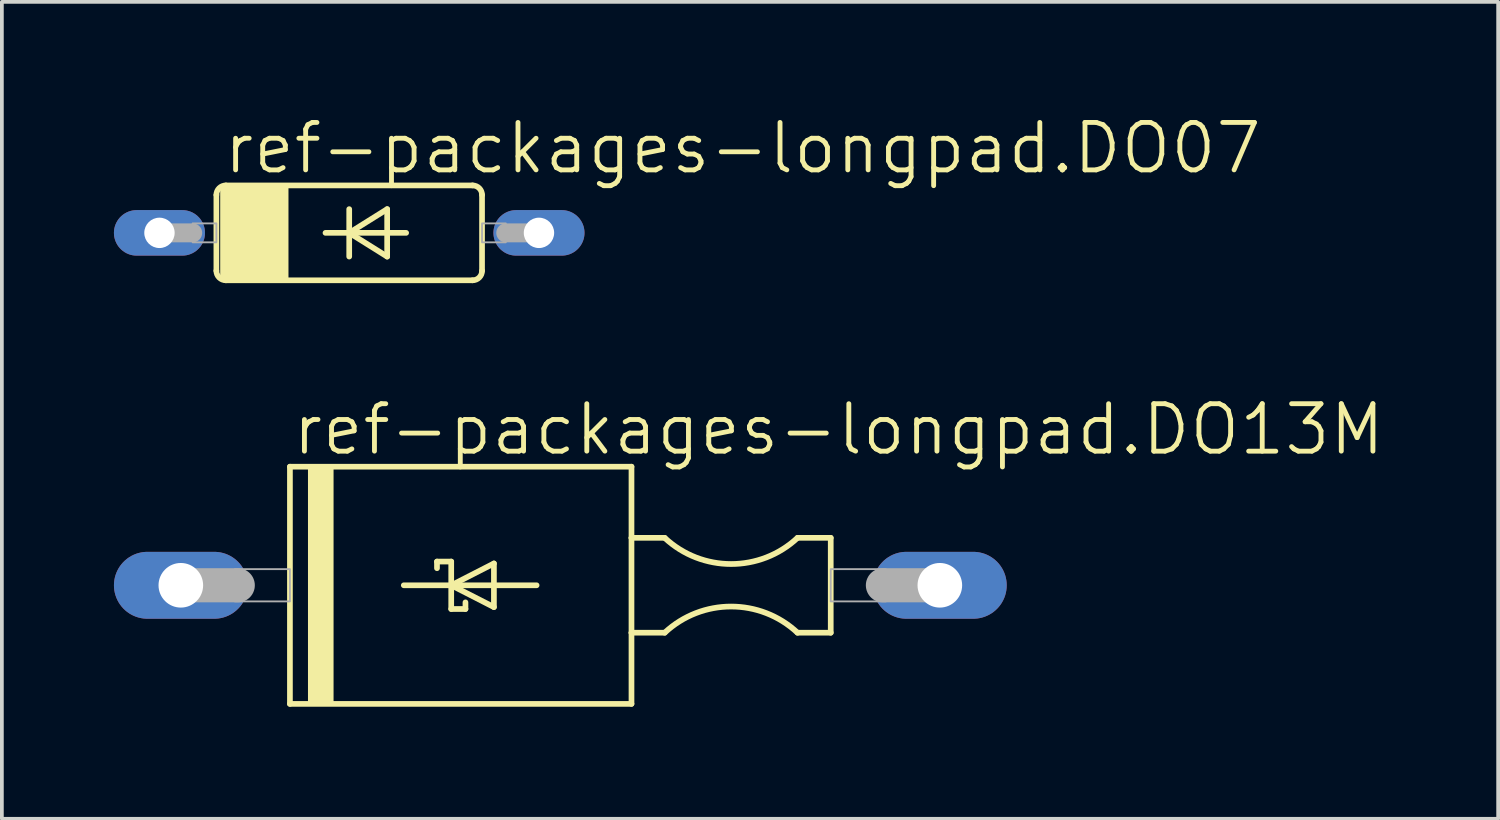
<source format=kicad_pcb>
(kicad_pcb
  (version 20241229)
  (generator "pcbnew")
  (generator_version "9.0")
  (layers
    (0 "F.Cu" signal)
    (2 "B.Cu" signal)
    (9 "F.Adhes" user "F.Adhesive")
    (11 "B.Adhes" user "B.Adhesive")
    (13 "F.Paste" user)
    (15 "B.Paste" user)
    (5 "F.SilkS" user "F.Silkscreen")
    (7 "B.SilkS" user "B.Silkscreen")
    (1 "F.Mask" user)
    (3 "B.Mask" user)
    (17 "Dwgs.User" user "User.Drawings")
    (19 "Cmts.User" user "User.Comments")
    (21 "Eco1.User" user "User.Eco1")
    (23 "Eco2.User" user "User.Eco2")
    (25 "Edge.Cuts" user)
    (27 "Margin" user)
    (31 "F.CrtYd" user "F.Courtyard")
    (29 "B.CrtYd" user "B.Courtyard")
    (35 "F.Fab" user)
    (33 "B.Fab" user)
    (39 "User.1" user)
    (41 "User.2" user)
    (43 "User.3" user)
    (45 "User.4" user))
  (footprint "ref-packages-longpad.DO07"
    (layer "F.Cu")
    (at 6.299 3.184)
    (property "Reference" "ref-packages-longpad.DO07" (at -3.429 -1.524 0) (layer "F.SilkS") (effects (font (size 1.27 1.27) (thickness 0.13)) (justify left bottom)))
    (attr through_hole)
    (fp_line (start -3.556 -1.016) (end -3.556 1.016) (stroke (width 0.152) (type default)) (layer "F.SilkS"))
    (fp_line (start -3.302 -1.27) (end 3.302 -1.27) (stroke (width 0.152) (type default)) (layer "F.SilkS"))
    (fp_line (start -3.302 1.27) (end 3.302 1.27) (stroke (width 0.152) (type default)) (layer "F.SilkS"))
    (fp_line (start -0.635 0) (end 0 0) (stroke (width 0.152) (type default)) (layer "F.SilkS"))
    (fp_line (start 0 -0.635) (end 0 0) (stroke (width 0.152) (type default)) (layer "F.SilkS"))
    (fp_line (start 0 0) (end 0 0.635) (stroke (width 0.152) (type default)) (layer "F.SilkS"))
    (fp_line (start 0 0) (end 1.016 -0.635) (stroke (width 0.152) (type default)) (layer "F.SilkS"))
    (fp_line (start 0 0) (end 1.524 0) (stroke (width 0.152) (type default)) (layer "F.SilkS"))
    (fp_line (start 1.016 -0.635) (end 1.016 0.635) (stroke (width 0.152) (type default)) (layer "F.SilkS"))
    (fp_line (start 1.016 0.635) (end 0 0) (stroke (width 0.152) (type default)) (layer "F.SilkS"))
    (fp_line (start 3.556 1.016) (end 3.556 -1.016) (stroke (width 0.152) (type default)) (layer "F.SilkS"))
    (fp_rect (start -3.429 1.27) (end -1.651 -1.27) (stroke (width 0.05) (type default)) (fill yes) (layer "F.SilkS"))
    (fp_arc (start -3.556 -1.016) (mid -3.481605 -1.195605) (end -3.302 -1.27) (stroke (width 0.1524) (type default)) (layer "F.SilkS"))
    (fp_arc (start -3.302 1.27) (mid -3.481605 1.195605) (end -3.556 1.016) (stroke (width 0.1524) (type default)) (layer "F.SilkS"))
    (fp_arc (start 3.302 -1.27) (mid 3.481605 -1.195605) (end 3.556 -1.016) (stroke (width 0.1524) (type default)) (layer "F.SilkS"))
    (fp_arc (start 3.556 1.016) (mid 3.481605 1.195605) (end 3.302 1.27) (stroke (width 0.1524) (type default)) (layer "F.SilkS"))
    (fp_line (start -5.08 0) (end -4.191 0) (stroke (width 0.508) (type default)) (layer "F.Fab"))
    (fp_line (start 5.08 0) (end 4.191 0) (stroke (width 0.508) (type default)) (layer "F.Fab"))
    (fp_rect (start -4.191 0.254) (end -3.556 -0.254) (stroke (width 0.05) (type default)) (fill no) (layer "F.Fab"))
    (fp_rect (start 3.556 0.254) (end 4.191 -0.254) (stroke (width 0.05) (type default)) (fill no) (layer "F.Fab"))
    (pad "A" thru_hole oval (at 5.08 0) (size 2.438 1.219) (drill 0.813) (layers "*.Cu" "*.Mask"))
    (pad "C" thru_hole oval (at -5.08 0) (size 2.438 1.219) (drill 0.813) (layers "*.Cu" "*.Mask")))
  (footprint "ref-packages-longpad.DO13M"
    (layer "F.Cu")
    (at 11.951 12.619)
    (property "Reference" "ref-packages-longpad.DO13M" (at -7.239 -3.429 0) (layer "F.SilkS") (effects (font (size 1.27 1.27) (thickness 0.13)) (justify left bottom)))
    (attr through_hole)
    (fp_line (start -7.239 -3.175) (end -7.239 3.175) (stroke (width 0.152) (type default)) (layer "F.SilkS"))
    (fp_line (start -7.239 3.175) (end 1.905 3.175) (stroke (width 0.152) (type default)) (layer "F.SilkS"))
    (fp_line (start -4.191 0) (end -2.921 0) (stroke (width 0.152) (type default)) (layer "F.SilkS"))
    (fp_line (start -3.302 -0.635) (end -2.921 -0.635) (stroke (width 0.152) (type default)) (layer "F.SilkS"))
    (fp_line (start -3.302 -0.457) (end -3.302 -0.635) (stroke (width 0.152) (type default)) (layer "F.SilkS"))
    (fp_line (start -2.921 -0.635) (end -2.921 0) (stroke (width 0.152) (type default)) (layer "F.SilkS"))
    (fp_line (start -2.921 0) (end -1.778 -0.584) (stroke (width 0.152) (type default)) (layer "F.SilkS"))
    (fp_line (start -2.921 0) (end -0.635 0) (stroke (width 0.152) (type default)) (layer "F.SilkS"))
    (fp_line (start -2.921 0.635) (end -2.921 0) (stroke (width 0.152) (type default)) (layer "F.SilkS"))
    (fp_line (start -2.54 0.457) (end -2.54 0.635) (stroke (width 0.152) (type default)) (layer "F.SilkS"))
    (fp_line (start -2.54 0.635) (end -2.921 0.635) (stroke (width 0.152) (type default)) (layer "F.SilkS"))
    (fp_line (start -1.778 -0.584) (end -1.778 0.584) (stroke (width 0.152) (type default)) (layer "F.SilkS"))
    (fp_line (start -1.778 0.584) (end -2.921 0) (stroke (width 0.152) (type default)) (layer "F.SilkS"))
    (fp_line (start 1.905 -3.175) (end -7.239 -3.175) (stroke (width 0.152) (type default)) (layer "F.SilkS"))
    (fp_line (start 1.905 -1.27) (end 1.905 -3.175) (stroke (width 0.152) (type default)) (layer "F.SilkS"))
    (fp_line (start 1.905 1.27) (end 1.905 -1.27) (stroke (width 0.152) (type default)) (layer "F.SilkS"))
    (fp_line (start 1.905 1.27) (end 2.794 1.27) (stroke (width 0.152) (type default)) (layer "F.SilkS"))
    (fp_line (start 1.905 3.175) (end 1.905 1.27) (stroke (width 0.152) (type default)) (layer "F.SilkS"))
    (fp_line (start 2.794 -1.27) (end 1.905 -1.27) (stroke (width 0.152) (type default)) (layer "F.SilkS"))
    (fp_line (start 6.35 1.27) (end 7.239 1.27) (stroke (width 0.152) (type default)) (layer "F.SilkS"))
    (fp_line (start 7.239 -1.27) (end 6.35 -1.27) (stroke (width 0.152) (type default)) (layer "F.SilkS"))
    (fp_line (start 7.239 1.27) (end 7.239 -1.27) (stroke (width 0.152) (type default)) (layer "F.SilkS"))
    (fp_rect (start -6.731 3.175) (end -6.096 -3.175) (stroke (width 0.05) (type default)) (fill yes) (layer "F.SilkS"))
    (fp_arc (start 2.794 1.27) (mid 4.572 0.569178) (end 6.35 1.27) (stroke (width 0.1524) (type default)) (layer "F.SilkS"))
    (fp_arc (start 6.35 -1.27) (mid 4.572 -0.569178) (end 2.794 -1.27) (stroke (width 0.1524) (type default)) (layer "F.SilkS"))
    (fp_line (start -8.636 0) (end -10.16 0) (stroke (width 0.914) (type default)) (layer "F.Fab"))
    (fp_line (start 10.16 0) (end 8.636 0) (stroke (width 0.914) (type default)) (layer "F.Fab"))
    (fp_rect (start -8.712 0.432) (end -7.239 -0.432) (stroke (width 0.05) (type default)) (fill no) (layer "F.Fab"))
    (fp_rect (start 7.239 0.432) (end 8.712 -0.432) (stroke (width 0.05) (type default)) (fill no) (layer "F.Fab"))
    (pad "A" thru_hole oval (at 10.16 0) (size 3.581 1.791) (drill 1.194) (layers "*.Cu" "*.Mask"))
    (pad "C" thru_hole oval (at -10.16 0) (size 3.581 1.791) (drill 1.194) (layers "*.Cu" "*.Mask")))
  (gr_rect
    (start -3 -3)
    (end 37.058 18.87)
    (stroke (width 0.1) (type default))
    (fill no)
    (layer "Edge.Cuts")))
</source>
